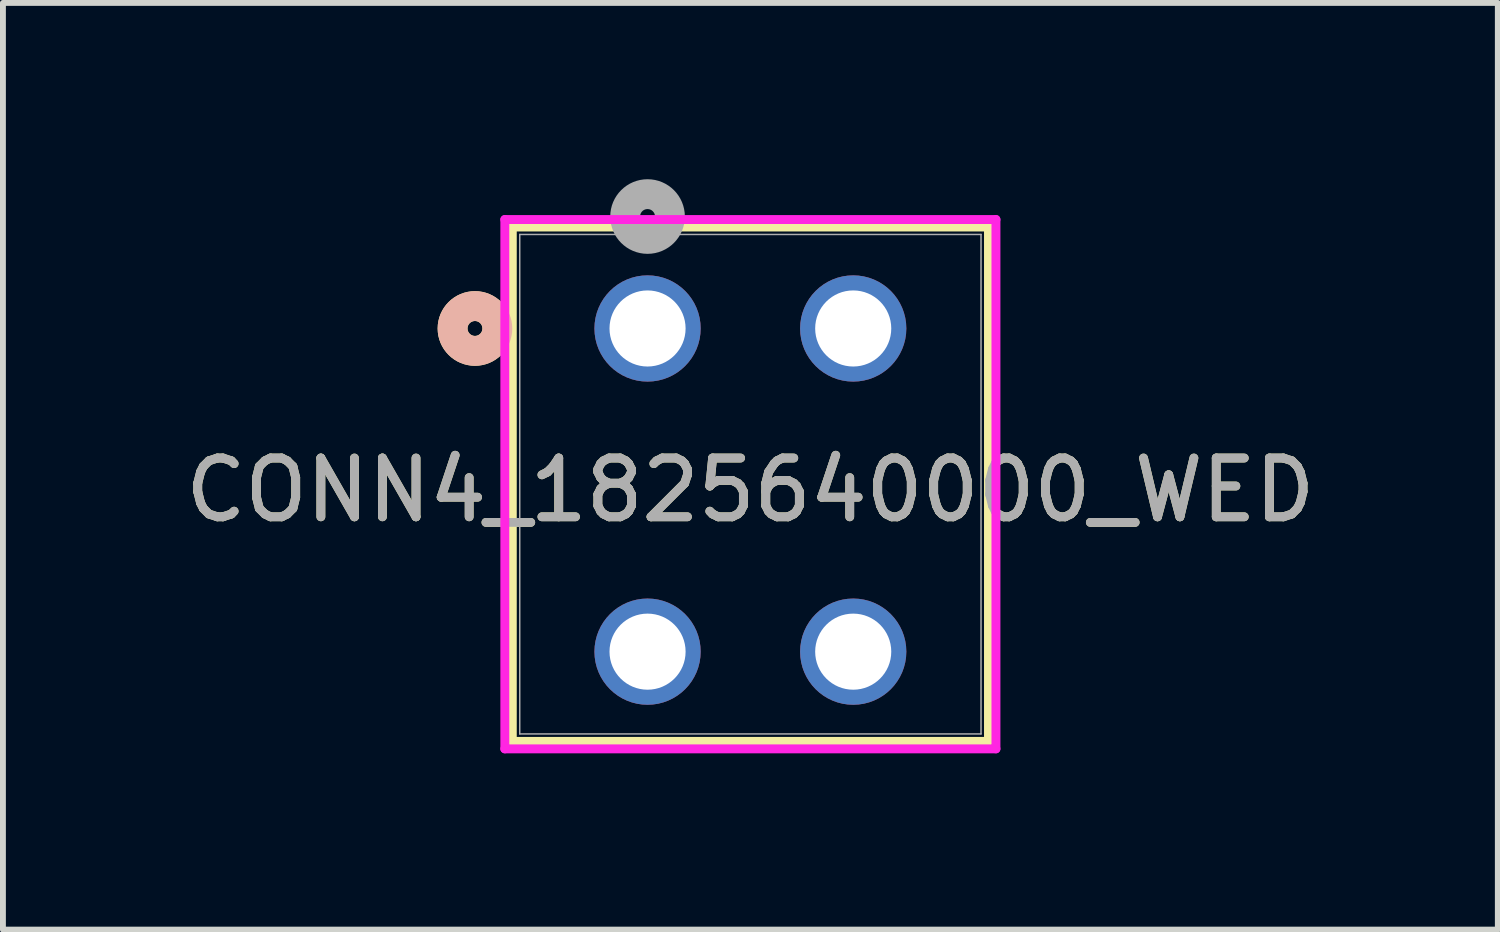
<source format=kicad_pcb>
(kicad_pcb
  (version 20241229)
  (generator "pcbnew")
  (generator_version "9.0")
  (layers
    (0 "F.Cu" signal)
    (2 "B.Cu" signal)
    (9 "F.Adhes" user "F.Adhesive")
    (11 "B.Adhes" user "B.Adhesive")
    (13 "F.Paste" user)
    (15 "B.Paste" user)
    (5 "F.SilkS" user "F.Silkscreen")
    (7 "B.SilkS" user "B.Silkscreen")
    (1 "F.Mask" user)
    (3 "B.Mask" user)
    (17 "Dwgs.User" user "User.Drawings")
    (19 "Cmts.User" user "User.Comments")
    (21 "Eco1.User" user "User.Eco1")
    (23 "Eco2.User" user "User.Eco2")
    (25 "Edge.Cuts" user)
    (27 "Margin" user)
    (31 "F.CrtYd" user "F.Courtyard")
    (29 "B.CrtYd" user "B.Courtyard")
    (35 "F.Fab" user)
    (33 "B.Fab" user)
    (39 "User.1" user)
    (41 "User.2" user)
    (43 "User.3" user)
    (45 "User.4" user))
  (footprint "CONN4_1825640000_WED"
    (layer "F.Cu")
    (at 7.97 2.54)
    (property "Reference" "CONN4_1825640000_WED" (at 1.75 2.75 0) (unlocked yes) (layer "F.SilkS") (effects (font (size 1 1) (thickness 0.15))))
    (attr through_hole)
    (fp_line (start -2.302 -1.727) (end -2.302 7.027) (stroke (width 0.152) (type solid)) (layer "F.SilkS"))
    (fp_line (start -2.302 7.027) (end 5.802 7.027) (stroke (width 0.152) (type solid)) (layer "F.SilkS"))
    (fp_line (start 5.802 -1.727) (end -2.302 -1.727) (stroke (width 0.152) (type solid)) (layer "F.SilkS"))
    (fp_line (start 5.802 7.027) (end 5.802 -1.727) (stroke (width 0.152) (type solid)) (layer "F.SilkS"))
    (fp_circle (center -2.937 0) (end -2.556 0) (stroke (width 0.508) (type solid)) (fill no) (layer "F.SilkS"))
    (fp_circle (center -2.937 0) (end -2.556 0) (stroke (width 0.508) (type solid)) (fill no) (layer "B.SilkS"))
    (fp_line (start -2.429 -1.854) (end -2.429 7.154) (stroke (width 0.152) (type solid)) (layer "F.CrtYd"))
    (fp_line (start -2.429 7.154) (end 5.929 7.154) (stroke (width 0.152) (type solid)) (layer "F.CrtYd"))
    (fp_line (start 5.929 -1.854) (end -2.429 -1.854) (stroke (width 0.152) (type solid)) (layer "F.CrtYd"))
    (fp_line (start 5.929 7.154) (end 5.929 -1.854) (stroke (width 0.152) (type solid)) (layer "F.CrtYd"))
    (fp_line (start -2.175 -1.6) (end -2.175 6.9) (stroke (width 0.025) (type solid)) (layer "F.Fab"))
    (fp_line (start -2.175 6.9) (end 5.675 6.9) (stroke (width 0.025) (type solid)) (layer "F.Fab"))
    (fp_line (start 5.675 -1.6) (end -2.175 -1.6) (stroke (width 0.025) (type solid)) (layer "F.Fab"))
    (fp_line (start 5.675 6.9) (end 5.675 -1.6) (stroke (width 0.025) (type solid)) (layer "F.Fab"))
    (fp_circle (center 0 -1.905) (end 0.381 -1.905) (stroke (width 0.508) (type solid)) (fill no) (layer "F.Fab"))
    (fp_text user "${REFERENCE}" (at 1.75 2.75 0) (unlocked yes) (layer "F.Fab") (effects (font (size 1 1) (thickness 0.15))))
    (pad "1" thru_hole circle (at 0 0) (size 1.808 1.808) (drill 1.295) (layers "*.Cu" "*.Mask"))
    (pad "2" thru_hole circle (at 0 5.5) (size 1.808 1.808) (drill 1.295) (layers "*.Cu" "*.Mask"))
    (pad "3" thru_hole circle (at 3.5 0) (size 1.808 1.808) (drill 1.295) (layers "*.Cu" "*.Mask"))
    (pad "4" thru_hole circle (at 3.5 5.5) (size 1.808 1.808) (drill 1.295) (layers "*.Cu" "*.Mask")))
  (gr_rect
    (start -3 -3)
    (end 22.44 12.77)
    (stroke (width 0.1) (type default))
    (fill no)
    (layer "Edge.Cuts")))
</source>
